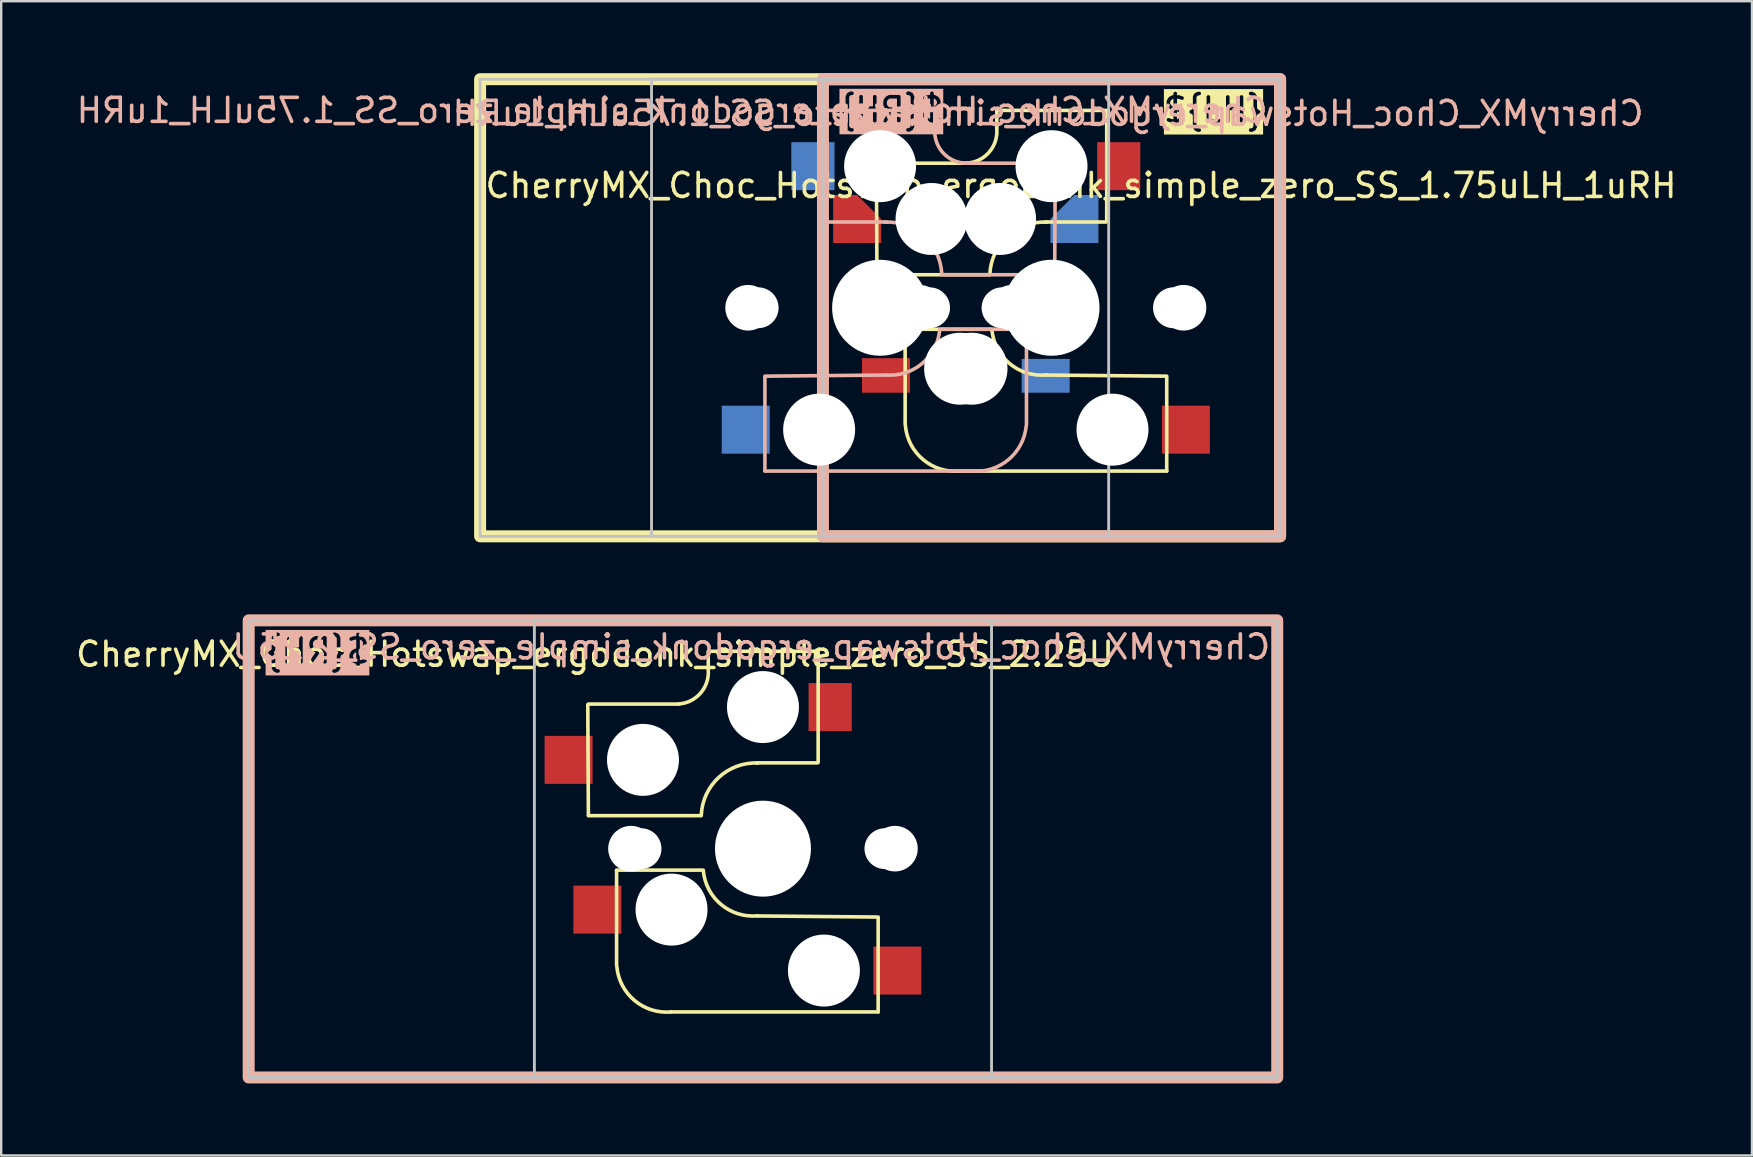
<source format=kicad_pcb>
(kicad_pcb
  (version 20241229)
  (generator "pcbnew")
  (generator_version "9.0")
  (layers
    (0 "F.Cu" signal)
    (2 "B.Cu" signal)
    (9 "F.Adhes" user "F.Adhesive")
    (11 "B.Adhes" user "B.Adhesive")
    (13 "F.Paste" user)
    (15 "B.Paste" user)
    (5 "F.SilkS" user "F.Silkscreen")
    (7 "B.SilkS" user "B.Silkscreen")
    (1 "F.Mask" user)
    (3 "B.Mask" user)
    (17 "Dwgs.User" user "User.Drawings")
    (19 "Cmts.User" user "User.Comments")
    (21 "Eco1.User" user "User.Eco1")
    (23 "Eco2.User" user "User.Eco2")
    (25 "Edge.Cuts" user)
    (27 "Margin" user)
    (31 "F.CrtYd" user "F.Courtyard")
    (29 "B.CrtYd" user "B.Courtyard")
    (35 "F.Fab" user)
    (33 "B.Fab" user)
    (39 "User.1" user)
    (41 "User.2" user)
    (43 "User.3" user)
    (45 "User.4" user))
  (footprint "CherryMX_Choc_Hotswap_ergodonk_simple_zero_SS_1.75uLH_1uRH"
    (layer "F.Cu")
    (at 40.769 9.775)
    (property "Reference" "CherryMX_Choc_Hotswap_ergodonk_simple_zero_SS_1.75uLH_1uRH" (at -0.144 -8.1 180) (layer "B.SilkS") (effects (font (size 1 1) (thickness 0.15)) (justify mirror)))
    (attr smd)
    (fp_line (start -7.275 -1.4) (end -7.3 -6) (stroke (width 0.15) (type solid)) (layer "F.SilkS"))
    (fp_line (start -6.1 0.896) (end -2.49 0.896) (stroke (width 0.15) (type solid)) (layer "F.SilkS"))
    (fp_line (start -6.1 4.85) (end -6.1 0.905) (stroke (width 0.15) (type solid)) (layer "F.SilkS"))
    (fp_line (start -3.5 -6.025) (end -7.275 -6.025) (stroke (width 0.15) (type solid)) (layer "F.SilkS"))
    (fp_line (start -2.575 -1.375) (end -7.275 -1.375) (stroke (width 0.15) (type solid)) (layer "F.SilkS"))
    (fp_line (start -2.28 -7.5) (end -2.28 -8.2) (stroke (width 0.15) (type solid)) (layer "F.SilkS"))
    (fp_line (start 2.275 -8.225) (end -2.275 -8.225) (stroke (width 0.15) (type solid)) (layer "F.SilkS"))
    (fp_line (start 2.275 -3.575) (end -0.275 -3.575) (stroke (width 0.15) (type solid)) (layer "F.SilkS"))
    (fp_line (start 2.3 -3.6) (end 2.3 -8.2) (stroke (width 0.15) (type solid)) (layer "F.SilkS"))
    (fp_line (start 4.8 2.85) (end -0.25 2.804) (stroke (width 0.15) (type solid)) (layer "F.SilkS"))
    (fp_line (start 4.8 2.896) (end 4.8 6.804) (stroke (width 0.15) (type solid)) (layer "F.SilkS"))
    (fp_line (start 4.8 6.804) (end -3.825 6.804) (stroke (width 0.15) (type solid)) (layer "F.SilkS"))
    (fp_rect (start -23.812 -9.525) (end 9.525 9.525) (stroke (width 0.5) (type default)) (fill no) (layer "F.SilkS"))
    (fp_arc (start -3.825 6.804) (mid -5.347189 6.33089) (end -6.089 4.92) (stroke (width 0.15) (type solid)) (layer "F.SilkS"))
    (fp_arc (start -2.57 -1.4) (mid -1.834422 -2.975843) (end -0.2 -3.57) (stroke (width 0.15) (type solid)) (layer "F.SilkS"))
    (fp_arc (start -2.28 -7.45) (mid -2.595908 -6.48733) (end -3.5 -6.03) (stroke (width 0.15) (type solid)) (layer "F.SilkS"))
    (fp_arc (start -0.225 2.8) (mid -1.744361 2.328061) (end -2.485 0.92) (stroke (width 0.15) (type solid)) (layer "F.SilkS"))
    (fp_line (start -11.944 2.85) (end -6.894 2.804) (stroke (width 0.15) (type solid)) (layer "B.SilkS"))
    (fp_line (start -11.944 2.896) (end -11.944 6.804) (stroke (width 0.15) (type solid)) (layer "B.SilkS"))
    (fp_line (start -11.944 6.804) (end -3.319 6.804) (stroke (width 0.15) (type solid)) (layer "B.SilkS"))
    (fp_line (start -9.444 -3.6) (end -9.444 -8.2) (stroke (width 0.15) (type solid)) (layer "B.SilkS"))
    (fp_line (start -9.419 -8.225) (end -4.869 -8.225) (stroke (width 0.15) (type solid)) (layer "B.SilkS"))
    (fp_line (start -9.419 -3.575) (end -6.869 -3.575) (stroke (width 0.15) (type solid)) (layer "B.SilkS"))
    (fp_line (start -4.864 -7.5) (end -4.864 -8.2) (stroke (width 0.15) (type solid)) (layer "B.SilkS"))
    (fp_line (start -4.569 -1.375) (end 0.131 -1.375) (stroke (width 0.15) (type solid)) (layer "B.SilkS"))
    (fp_line (start -3.644 -6.025) (end 0.131 -6.025) (stroke (width 0.15) (type solid)) (layer "B.SilkS"))
    (fp_line (start -1.044 0.896) (end -4.654 0.896) (stroke (width 0.15) (type solid)) (layer "B.SilkS"))
    (fp_line (start -1.044 4.85) (end -1.044 0.905) (stroke (width 0.15) (type solid)) (layer "B.SilkS"))
    (fp_line (start 0.131 -1.4) (end 0.156 -6) (stroke (width 0.15) (type solid)) (layer "B.SilkS"))
    (fp_rect (start -9.525 9.525) (end 9.525 -9.525) (stroke (width 0.5) (type default)) (fill no) (layer "B.SilkS"))
    (fp_arc (start -6.94375 -3.57) (mid -5.309328 -2.975843) (end -4.57375 -1.4) (stroke (width 0.15) (type solid)) (layer "B.SilkS"))
    (fp_arc (start -4.65875 0.92) (mid -5.399389 2.328061) (end -6.91875 2.8) (stroke (width 0.15) (type solid)) (layer "B.SilkS"))
    (fp_arc (start -3.64375 -6.03) (mid -4.547842 -6.48733) (end -4.86375 -7.45) (stroke (width 0.15) (type solid)) (layer "B.SilkS"))
    (fp_arc (start -1.05475 4.92) (mid -1.796561 6.33089) (end -3.31875 6.804) (stroke (width 0.15) (type solid)) (layer "B.SilkS"))
    (fp_rect (start -23.812 -9.525) (end 9.525 9.525) (stroke (width 0.12) (type default)) (fill no) (layer "Dwgs.User"))
    (fp_rect (start -9.525 9.525) (end 9.525 -9.525) (stroke (width 0.12) (type default)) (fill no) (layer "Dwgs.User"))
    (fp_rect (start 2.381 9.525) (end -16.669 -9.525) (stroke (width 0.12) (type default)) (fill no) (layer "Dwgs.User"))
    (fp_line (start -16.144 -9) (end -16.144 9) (stroke (width 0.15) (type solid)) (layer "Eco2.User"))
    (fp_line (start -16.144 9) (end 1.856 9) (stroke (width 0.15) (type solid)) (layer "Eco2.User"))
    (fp_line (start -9 -9) (end 9 -9) (stroke (width 0.15) (type solid)) (layer "Eco2.User"))
    (fp_line (start -9 9) (end -9 -9) (stroke (width 0.15) (type solid)) (layer "Eco2.User"))
    (fp_line (start -0.144 7) (end -0.144 -7) (stroke (width 0.15) (type solid)) (layer "Eco2.User"))
    (fp_line (start 1.856 -9) (end -16.144 -9) (stroke (width 0.15) (type solid)) (layer "Eco2.User"))
    (fp_line (start 9 -9) (end 9 9) (stroke (width 0.15) (type solid)) (layer "Eco2.User"))
    (fp_line (start 9 9) (end -9 9) (stroke (width 0.15) (type solid)) (layer "Eco2.User"))
    (fp_rect (start -0.144 7) (end -14.144 -7) (stroke (width 0.12) (type default)) (fill no) (layer "User.4"))
    (fp_rect (start 7 7) (end -7 -7) (stroke (width 0.12) (type default)) (fill no) (layer "User.4"))
    (fp_text user "${REFERENCE}" (at -23.68 -4.51 0) (unlocked yes) (layer "F.SilkS") (effects (font (size 1 1) (thickness 0.15)) (justify left bottom)))
    (fp_text user "${LH}" (at 8.92 -8.24 0) (unlocked yes) (layer "F.SilkS" knockout) (effects (font (size 1 1) (thickness 0.15)) (justify right)))
    (fp_text user "${RH}" (at -8.94 -8.25 0) (unlocked yes) (layer "B.SilkS" knockout) (effects (font (size 1 1) (thickness 0.15)) (justify right mirror)))
    (fp_text user "${REFERENCE}" (at 9.1 -7.64 0) (unlocked yes) (layer "B.SilkS") (effects (font (size 1 1) (thickness 0.15)) (justify left bottom mirror)))
    (pad "" np_thru_hole circle (at -12.644 0 90) (size 1.9 1.9) (drill 1.9) (layers "*.Cu" "*.Mask"))
    (pad "" np_thru_hole circle (at -12.224 0 180) (size 1.7 1.7) (drill 1.7) (layers "*.Cu" "*.Mask"))
    (pad "" np_thru_hole circle (at -9.684 5.08) (size 3 3) (drill 3) (layers "*.Cu" "*.Mask"))
    (pad "" np_thru_hole circle (at -7.144 -5.9 90) (size 3 3) (drill 3) (layers "*.Cu" "*.Mask"))
    (pad "" np_thru_hole circle (at -7.144 0 90) (size 4 4) (drill 4) (layers "*.Cu" "*.Mask"))
    (pad "" np_thru_hole circle (at -5.5 0 270) (size 1.9 1.9) (drill 1.9) (layers "*.Cu" "*.Mask"))
    (pad "" np_thru_hole circle (at -5.08 0 180) (size 1.7 1.7) (drill 1.7) (layers "*.Cu" "*.Mask"))
    (pad "" np_thru_hole circle (at -5 -3.7 90) (size 3 3) (drill 3) (layers "*.Cu" "*.Mask"))
    (pad "" np_thru_hole circle (at -3.81 2.54) (size 3 3) (drill 3) (layers "*.Cu" "*.Mask"))
    (pad "" np_thru_hole circle (at -3.334 2.54) (size 3 3) (drill 3) (layers "*.Cu" "*.Mask"))
    (pad "" np_thru_hole circle (at -2.144 -3.7 270) (size 3 3) (drill 3) (layers "*.Cu" "*.Mask"))
    (pad "" np_thru_hole circle (at -2.064 0 180) (size 1.7 1.7) (drill 1.7) (layers "*.Cu" "*.Mask"))
    (pad "" np_thru_hole circle (at -1.644 0 90) (size 1.9 1.9) (drill 1.9) (layers "*.Cu" "*.Mask"))
    (pad "" np_thru_hole circle (at 0 -5.9 270) (size 3 3) (drill 3) (layers "*.Cu" "*.Mask"))
    (pad "" np_thru_hole circle (at 0 0 270) (size 4 4) (drill 4) (layers "*.Cu" "*.Mask"))
    (pad "" np_thru_hole circle (at 2.54 5.08) (size 3 3) (drill 3) (layers "*.Cu" "*.Mask"))
    (pad "" np_thru_hole circle (at 5.08 0 180) (size 1.7 1.7) (drill 1.7) (layers "*.Cu" "*.Mask"))
    (pad "" np_thru_hole circle (at 5.5 0 270) (size 1.9 1.9) (drill 1.9) (layers "*.Cu" "*.Mask"))
    (pad "5" smd rect (at -12.744 5.08) (size 2 2) (layers "B.Cu" "B.Mask" "B.Paste"))
    (pad "5" smd rect (at -9.944 -5.9) (size 1.8 2) (layers "B.Cu" "B.Mask" "B.Paste"))
    (pad "5" smd rect (at -6.9 2.82) (size 2 1.44) (layers "F.Cu" "F.Mask" "F.Paste"))
    (pad "5" smd rect (at 2.8 -5.9) (size 1.8 2) (layers "F.Cu" "F.Mask" "F.Paste"))
    (pad "6" smd roundrect (at -8.1 -3.7) (size 2 2) (layers "F.Cu" "F.Mask" "F.Paste") (roundrect_rratio 0) (chamfer_ratio 0.5) (chamfer top_right))
    (pad "6" smd rect (at -0.244 2.835) (size 2 1.41) (layers "B.Cu" "B.Mask" "B.Paste"))
    (pad "6" smd roundrect (at 0.956 -3.7) (size 2 2) (layers "B.Cu" "B.Mask" "B.Paste") (roundrect_rratio 0) (chamfer_ratio 0.5) (chamfer top_left))
    (pad "6" smd rect (at 5.6 5.08) (size 2 2) (layers "F.Cu" "F.Mask" "F.Paste")))
  (footprint "CherryMX_Choc_Hotswap_ergodonk_simple_zero_SS_2.25U"
    (layer "F.Cu")
    (at 28.744 32.315)
    (property "Reference" "CherryMX_Choc_Hotswap_ergodonk_simple_zero_SS_2.25U" (at -7 -8.1 180) (layer "F.SilkS") (effects (font (size 1 1) (thickness 0.15))))
    (attr smd)
    (fp_line (start -7.275 -1.4) (end -7.3 -6) (stroke (width 0.15) (type solid)) (layer "F.SilkS"))
    (fp_line (start -6.1 0.896) (end -2.49 0.896) (stroke (width 0.15) (type solid)) (layer "F.SilkS"))
    (fp_line (start -6.1 4.85) (end -6.1 0.905) (stroke (width 0.15) (type solid)) (layer "F.SilkS"))
    (fp_line (start -3.5 -6.025) (end -7.275 -6.025) (stroke (width 0.15) (type solid)) (layer "F.SilkS"))
    (fp_line (start -2.575 -1.375) (end -7.275 -1.375) (stroke (width 0.15) (type solid)) (layer "F.SilkS"))
    (fp_line (start -2.28 -7.5) (end -2.28 -8.2) (stroke (width 0.15) (type solid)) (layer "F.SilkS"))
    (fp_line (start 2.275 -8.225) (end -2.275 -8.225) (stroke (width 0.15) (type solid)) (layer "F.SilkS"))
    (fp_line (start 2.275 -3.575) (end -0.275 -3.575) (stroke (width 0.15) (type solid)) (layer "F.SilkS"))
    (fp_line (start 2.3 -3.6) (end 2.3 -8.2) (stroke (width 0.15) (type solid)) (layer "F.SilkS"))
    (fp_line (start 4.8 2.85) (end -0.25 2.804) (stroke (width 0.15) (type solid)) (layer "F.SilkS"))
    (fp_line (start 4.8 2.896) (end 4.8 6.804) (stroke (width 0.15) (type solid)) (layer "F.SilkS"))
    (fp_line (start 4.8 6.804) (end -3.825 6.804) (stroke (width 0.15) (type solid)) (layer "F.SilkS"))
    (fp_arc (start -3.825 6.804) (mid -5.347189 6.33089) (end -6.089 4.92) (stroke (width 0.15) (type solid)) (layer "F.SilkS"))
    (fp_arc (start -2.57 -1.4) (mid -1.834422 -2.975843) (end -0.2 -3.57) (stroke (width 0.15) (type solid)) (layer "F.SilkS"))
    (fp_arc (start -2.28 -7.45) (mid -2.595908 -6.48733) (end -3.5 -6.03) (stroke (width 0.15) (type solid)) (layer "F.SilkS"))
    (fp_arc (start -0.225 2.8) (mid -1.744361 2.328061) (end -2.485 0.92) (stroke (width 0.15) (type solid)) (layer "F.SilkS"))
    (fp_rect (start 21.431 9.535) (end -21.431 -9.515) (stroke (width 0.5) (type default)) (fill no) (layer "B.SilkS"))
    (fp_rect (start -9.525 9.525) (end 9.525 -9.525) (stroke (width 0.12) (type default)) (fill no) (layer "Dwgs.User"))
    (fp_rect (start 21.431 9.535) (end -21.431 -9.515) (stroke (width 0.12) (type default)) (fill no) (layer "Dwgs.User"))
    (fp_line (start -9 -9) (end 9 -9) (stroke (width 0.15) (type solid)) (layer "Eco2.User"))
    (fp_line (start -9 9) (end -9 -9) (stroke (width 0.15) (type solid)) (layer "Eco2.User"))
    (fp_line (start 9 -9) (end 9 9) (stroke (width 0.15) (type solid)) (layer "Eco2.User"))
    (fp_line (start 9 9) (end -9 9) (stroke (width 0.15) (type solid)) (layer "Eco2.User"))
    (fp_rect (start 7 7) (end -7 -7) (stroke (width 0.12) (type default)) (fill no) (layer "User.4"))
    (fp_rect (start -2.15 -7.5) (end 2.15 -7) (stroke (width 0.12) (type default)) (fill no) (layer "User.8"))
    (fp_rect (start -2.15 7) (end 2.15 7.5) (stroke (width 0.12) (type default)) (fill no) (layer "User.8"))
    (fp_rect (start 7 7) (end -7 -7) (stroke (width 0.12) (type default)) (fill no) (layer "User.8"))
    (fp_rect (start 21.431 9.535) (end -21.431 -9.515) (stroke (width 0.12) (type default)) (fill no) (layer "User.8"))
    (fp_text user "${REFERENCE}" (at 21.23 -7.82 0) (unlocked yes) (layer "B.SilkS") (effects (font (size 1 1) (thickness 0.15)) (justify left bottom mirror)))
    (fp_text user "${RH}" (at -20.83 -8.24 0) (unlocked yes) (layer "B.SilkS" knockout) (effects (font (size 1 1) (thickness 0.15)) (justify right mirror)))
    (pad "" np_thru_hole circle (at -5.5 0 270) (size 1.9 1.9) (drill 1.9) (layers "*.Cu" "*.Mask"))
    (pad "" np_thru_hole circle (at -5.08 0 180) (size 1.7 1.7) (drill 1.7) (layers "*.Cu" "*.Mask"))
    (pad "" np_thru_hole circle (at -5 -3.7 90) (size 3 3) (drill 3) (layers "*.Cu" "*.Mask"))
    (pad "" np_thru_hole circle (at -3.81 2.54) (size 3 3) (drill 3) (layers "*.Cu" "*.Mask"))
    (pad "" np_thru_hole circle (at 0 -5.9 270) (size 3 3) (drill 3) (layers "*.Cu" "*.Mask"))
    (pad "" np_thru_hole circle (at 0 0 270) (size 4 4) (drill 4) (layers "*.Cu" "*.Mask"))
    (pad "" np_thru_hole circle (at 2.54 5.08) (size 3 3) (drill 3) (layers "*.Cu" "*.Mask"))
    (pad "" np_thru_hole circle (at 5.08 0 180) (size 1.7 1.7) (drill 1.7) (layers "*.Cu" "*.Mask"))
    (pad "" np_thru_hole circle (at 5.5 0 270) (size 1.9 1.9) (drill 1.9) (layers "*.Cu" "*.Mask"))
    (pad "5" smd rect (at -8.1 -3.7) (size 2 2) (layers "F.Cu" "F.Mask" "F.Paste"))
    (pad "5" smd rect (at -6.9 2.54) (size 2 2) (layers "F.Cu" "F.Mask" "F.Paste"))
    (pad "6" smd rect (at 2.8 -5.9) (size 1.8 2) (layers "F.Cu" "F.Mask" "F.Paste"))
    (pad "6" smd rect (at 5.6 5.08) (size 2 2) (layers "F.Cu" "F.Mask" "F.Paste")))
  (gr_rect
    (start -3 -3)
    (end 69.958 45.1)
    (stroke (width 0.1) (type default))
    (fill no)
    (layer "Edge.Cuts")))
</source>
